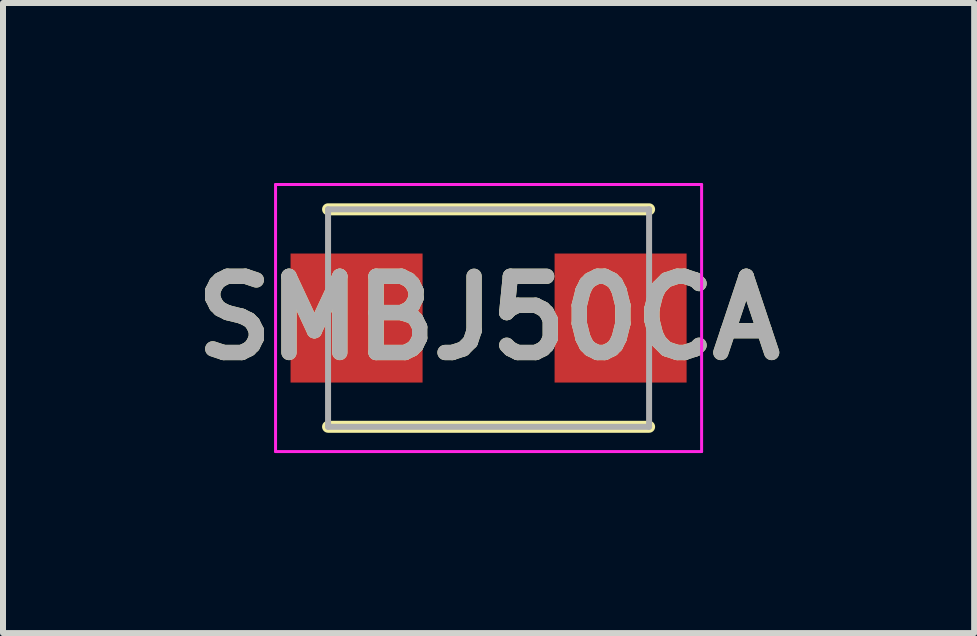
<source format=kicad_pcb>
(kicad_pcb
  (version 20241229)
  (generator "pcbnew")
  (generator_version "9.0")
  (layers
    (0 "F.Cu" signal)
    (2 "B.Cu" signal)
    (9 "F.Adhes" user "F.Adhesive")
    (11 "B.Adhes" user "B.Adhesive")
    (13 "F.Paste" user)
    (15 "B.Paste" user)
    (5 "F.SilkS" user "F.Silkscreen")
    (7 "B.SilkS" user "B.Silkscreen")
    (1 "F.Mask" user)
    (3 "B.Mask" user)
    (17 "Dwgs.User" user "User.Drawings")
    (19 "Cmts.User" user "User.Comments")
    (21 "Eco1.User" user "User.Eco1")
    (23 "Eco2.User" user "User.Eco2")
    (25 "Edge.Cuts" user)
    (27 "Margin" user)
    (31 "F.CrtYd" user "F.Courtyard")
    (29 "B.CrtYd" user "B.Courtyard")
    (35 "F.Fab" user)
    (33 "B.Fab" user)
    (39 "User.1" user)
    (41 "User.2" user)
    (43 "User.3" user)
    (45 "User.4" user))
  (footprint "SMBJ50CA"
    (layer "F.Cu")
    (at 5.092 2.25)
    (property "Reference" "SMBJ50CA" (at 0 0 0) (layer "F.SilkS") (effects (font (size 1.27 1.27) (thickness 0.254))))
    (attr smd)
    (fp_line (start -2.675 -1.812) (end 2.675 -1.812) (stroke (width 0.2) (type solid)) (layer "F.SilkS"))
    (fp_line (start -2.675 1.812) (end 2.675 1.812) (stroke (width 0.2) (type solid)) (layer "F.SilkS"))
    (fp_line (start -3.55 -2.225) (end 3.55 -2.225) (stroke (width 0.05) (type solid)) (layer "F.CrtYd"))
    (fp_line (start -3.55 2.225) (end -3.55 -2.225) (stroke (width 0.05) (type solid)) (layer "F.CrtYd"))
    (fp_line (start 3.55 -2.225) (end 3.55 2.225) (stroke (width 0.05) (type solid)) (layer "F.CrtYd"))
    (fp_line (start 3.55 2.225) (end -3.55 2.225) (stroke (width 0.05) (type solid)) (layer "F.CrtYd"))
    (fp_line (start -2.675 -1.812) (end 2.675 -1.812) (stroke (width 0.1) (type solid)) (layer "F.Fab"))
    (fp_line (start -2.675 1.812) (end -2.675 -1.812) (stroke (width 0.1) (type solid)) (layer "F.Fab"))
    (fp_line (start 2.675 -1.812) (end 2.675 1.812) (stroke (width 0.1) (type solid)) (layer "F.Fab"))
    (fp_line (start 2.675 1.812) (end -2.675 1.812) (stroke (width 0.1) (type solid)) (layer "F.Fab"))
    (fp_text user "${REFERENCE}" (at 0 0 0) (layer "F.Fab") (effects (font (size 1.27 1.27) (thickness 0.254))))
    (pad "1" smd rect (at -2.2 0 90) (size 2.15 2.2) (layers "F.Cu" "F.Mask" "F.Paste"))
    (pad "2" smd rect (at 2.2 0 90) (size 2.15 2.2) (layers "F.Cu" "F.Mask" "F.Paste")))
  (gr_rect
    (start -3 -3)
    (end 13.184 7.5)
    (stroke (width 0.1) (type default))
    (fill no)
    (layer "Edge.Cuts")))
</source>
